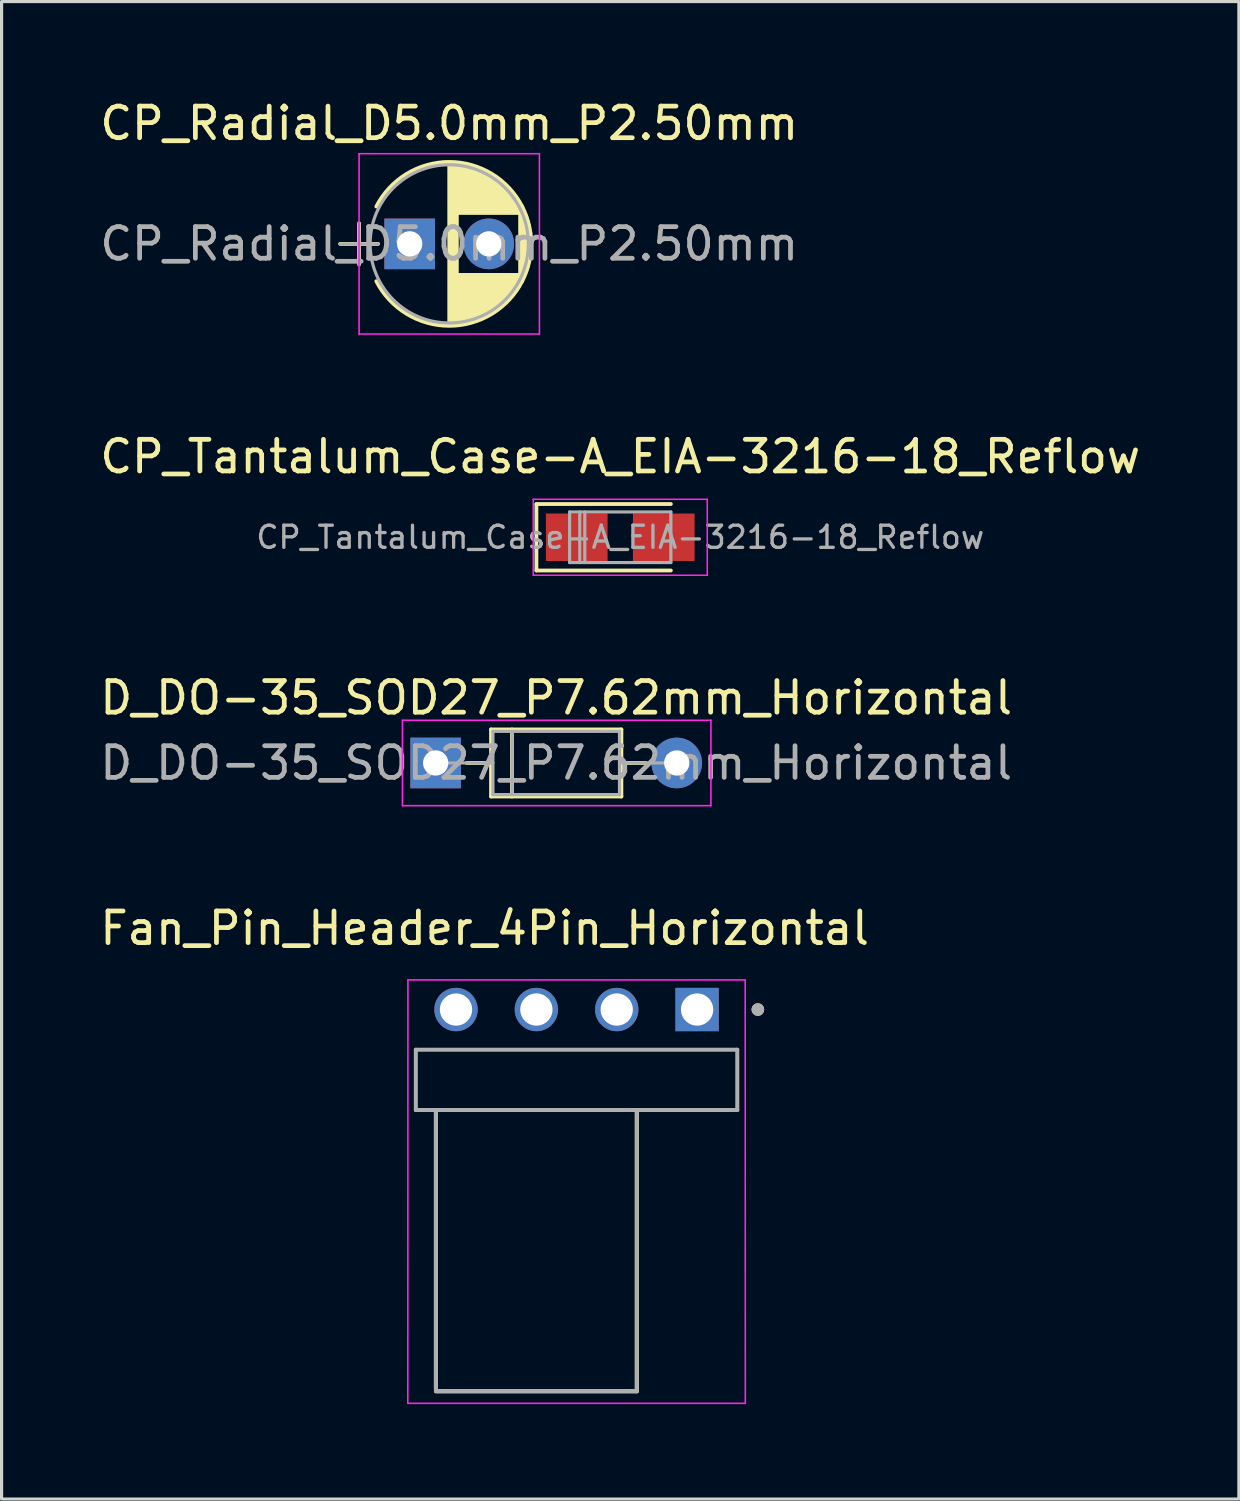
<source format=kicad_pcb>
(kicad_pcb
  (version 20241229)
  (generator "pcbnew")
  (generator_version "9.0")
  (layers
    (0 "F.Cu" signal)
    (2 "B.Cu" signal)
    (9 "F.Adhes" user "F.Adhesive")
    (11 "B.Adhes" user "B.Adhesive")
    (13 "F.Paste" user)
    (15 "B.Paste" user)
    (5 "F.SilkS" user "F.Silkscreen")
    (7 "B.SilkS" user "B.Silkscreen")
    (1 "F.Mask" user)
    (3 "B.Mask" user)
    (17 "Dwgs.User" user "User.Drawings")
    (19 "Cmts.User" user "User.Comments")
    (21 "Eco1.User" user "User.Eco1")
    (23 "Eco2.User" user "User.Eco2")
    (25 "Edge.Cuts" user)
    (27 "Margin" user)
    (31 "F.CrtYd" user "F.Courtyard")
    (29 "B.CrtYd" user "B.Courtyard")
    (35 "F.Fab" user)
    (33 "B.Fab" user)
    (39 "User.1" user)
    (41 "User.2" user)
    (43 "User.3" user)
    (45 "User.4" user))
  (footprint "CP_Tantalum_Case-A_EIA-3216-18_Reflow"
    (layer "F.Cu")
    (at 16.554 13.931)
    (property "Reference" "CP_Tantalum_Case-A_EIA-3216-18_Reflow" (at 0 -2.55 180) (layer "F.SilkS") (effects (font (size 1 1) (thickness 0.15))))
    (attr smd)
    (fp_line (start -2.65 -1.05) (end -2.65 1.05) (stroke (width 0.12) (type solid)) (layer "F.SilkS"))
    (fp_line (start -2.65 -1.05) (end 1.6 -1.05) (stroke (width 0.12) (type solid)) (layer "F.SilkS"))
    (fp_line (start -2.65 1.05) (end 1.6 1.05) (stroke (width 0.12) (type solid)) (layer "F.SilkS"))
    (fp_line (start -2.75 -1.2) (end -2.75 1.2) (stroke (width 0.05) (type solid)) (layer "F.CrtYd"))
    (fp_line (start -2.75 1.2) (end 2.75 1.2) (stroke (width 0.05) (type solid)) (layer "F.CrtYd"))
    (fp_line (start 2.75 -1.2) (end -2.75 -1.2) (stroke (width 0.05) (type solid)) (layer "F.CrtYd"))
    (fp_line (start 2.75 1.2) (end 2.75 -1.2) (stroke (width 0.05) (type solid)) (layer "F.CrtYd"))
    (fp_line (start -1.6 -0.8) (end -1.6 0.8) (stroke (width 0.1) (type solid)) (layer "F.Fab"))
    (fp_line (start -1.6 0.8) (end 1.6 0.8) (stroke (width 0.1) (type solid)) (layer "F.Fab"))
    (fp_line (start -1.28 -0.8) (end -1.28 0.8) (stroke (width 0.1) (type solid)) (layer "F.Fab"))
    (fp_line (start -1.12 -0.8) (end -1.12 0.8) (stroke (width 0.1) (type solid)) (layer "F.Fab"))
    (fp_line (start 1.6 -0.8) (end -1.6 -0.8) (stroke (width 0.1) (type solid)) (layer "F.Fab"))
    (fp_line (start 1.6 0.8) (end 1.6 -0.8) (stroke (width 0.1) (type solid)) (layer "F.Fab"))
    (fp_text user "${REFERENCE}" (at 0 0 180) (layer "F.Fab") (effects (font (size 0.7 0.7) (thickness 0.105))))
    (pad "1" smd rect (at -1.375 0) (size 1.95 1.5) (layers "F.Cu" "F.Mask" "F.Paste"))
    (pad "2" smd rect (at 1.375 0) (size 1.95 1.5) (layers "F.Cu" "F.Mask" "F.Paste")))
  (footprint "Fan_Pin_Header_4Pin_Horizontal"
    (layer "F.Cu")
    (at 18.983 28.858)
    (property "Reference" "Fan_Pin_Header_4Pin_Horizontal" (at -6.715 -2.57 0) (layer "F.SilkS") (effects (font (size 1 1) (thickness 0.15))))
    (attr through_hole)
    (fp_line (start -8.255 11.985) (end -8.255 3.175) (stroke (width 0.127) (type solid)) (layer "F.SilkS"))
    (fp_line (start -1.905 3.255) (end -1.905 12.065) (stroke (width 0.127) (type solid)) (layer "F.SilkS"))
    (fp_line (start -1.905 12.065) (end -8.255 12.065) (stroke (width 0.127) (type solid)) (layer "F.SilkS"))
    (fp_line (start 1.27 3.175) (end -8.89 3.175) (stroke (width 0.127) (type solid)) (layer "F.SilkS"))
    (fp_circle (center 1.92 0) (end 2.02 0) (stroke (width 0.2) (type solid)) (fill no) (layer "F.SilkS"))
    (fp_line (start -9.144 12.446) (end -9.14 -0.935) (stroke (width 0.05) (type solid)) (layer "F.CrtYd"))
    (fp_line (start -9.14 -0.935) (end 1.52 -0.935) (stroke (width 0.05) (type solid)) (layer "F.CrtYd"))
    (fp_line (start 1.52 -0.935) (end 1.524 12.446) (stroke (width 0.05) (type solid)) (layer "F.CrtYd"))
    (fp_line (start 1.52 12.446) (end -9.14 12.446) (stroke (width 0.05) (type solid)) (layer "F.CrtYd"))
    (fp_line (start -8.89 1.27) (end -8.89 3.13) (stroke (width 0.127) (type solid)) (layer "F.Fab"))
    (fp_line (start -8.89 1.27) (end 1.27 1.27) (stroke (width 0.127) (type solid)) (layer "F.Fab"))
    (fp_line (start -8.255 11.985) (end -8.255 3.175) (stroke (width 0.127) (type solid)) (layer "F.Fab"))
    (fp_line (start -8.255 12.065) (end -1.905 12.065) (stroke (width 0.127) (type solid)) (layer "F.Fab"))
    (fp_line (start -1.905 3.175) (end -1.905 11.985) (stroke (width 0.127) (type solid)) (layer "F.Fab"))
    (fp_line (start 1.27 3.13) (end 1.27 1.27) (stroke (width 0.127) (type solid)) (layer "F.Fab"))
    (fp_line (start 1.27 3.175) (end -8.89 3.175) (stroke (width 0.127) (type solid)) (layer "F.Fab"))
    (fp_circle (center 1.92 0) (end 2.02 0) (stroke (width 0.2) (type solid)) (fill no) (layer "F.Fab"))
    (pad "1" thru_hole rect (at 0 0) (size 1.37 1.37) (drill 1.02) (layers "*.Cu" "*.Mask"))
    (pad "2" thru_hole circle (at -2.54 0) (size 1.37 1.37) (drill 1.02) (layers "*.Cu" "*.Mask"))
    (pad "3" thru_hole circle (at -5.08 0) (size 1.37 1.37) (drill 1.02) (layers "*.Cu" "*.Mask"))
    (pad "4" thru_hole circle (at -7.62 0) (size 1.37 1.37) (drill 1.02) (layers "*.Cu" "*.Mask")))
  (footprint "CP_Radial_D5.0mm_P2.50mm"
    (layer "F.Cu")
    (at 9.899 4.658)
    (property "Reference" "CP_Radial_D5.0mm_P2.50mm" (at 1.25 -3.81 0) (layer "F.SilkS") (effects (font (size 1 1) (thickness 0.15))))
    (attr through_hole)
    (fp_line (start -2.2 0) (end -1 0) (stroke (width 0.12) (type solid)) (layer "F.SilkS"))
    (fp_line (start -1.6 -0.65) (end -1.6 0.65) (stroke (width 0.12) (type solid)) (layer "F.SilkS"))
    (fp_line (start 1.25 -2.55) (end 1.25 2.55) (stroke (width 0.12) (type solid)) (layer "F.SilkS"))
    (fp_line (start 1.29 -2.55) (end 1.29 2.55) (stroke (width 0.12) (type solid)) (layer "F.SilkS"))
    (fp_line (start 1.33 -2.549) (end 1.33 2.549) (stroke (width 0.12) (type solid)) (layer "F.SilkS"))
    (fp_line (start 1.37 -2.548) (end 1.37 2.548) (stroke (width 0.12) (type solid)) (layer "F.SilkS"))
    (fp_line (start 1.41 -2.546) (end 1.41 2.546) (stroke (width 0.12) (type solid)) (layer "F.SilkS"))
    (fp_line (start 1.45 -2.543) (end 1.45 2.543) (stroke (width 0.12) (type solid)) (layer "F.SilkS"))
    (fp_line (start 1.49 -2.539) (end 1.49 2.539) (stroke (width 0.12) (type solid)) (layer "F.SilkS"))
    (fp_line (start 1.53 -2.535) (end 1.53 -0.98) (stroke (width 0.12) (type solid)) (layer "F.SilkS"))
    (fp_line (start 1.53 0.98) (end 1.53 2.535) (stroke (width 0.12) (type solid)) (layer "F.SilkS"))
    (fp_line (start 1.57 -2.531) (end 1.57 -0.98) (stroke (width 0.12) (type solid)) (layer "F.SilkS"))
    (fp_line (start 1.57 0.98) (end 1.57 2.531) (stroke (width 0.12) (type solid)) (layer "F.SilkS"))
    (fp_line (start 1.61 -2.525) (end 1.61 -0.98) (stroke (width 0.12) (type solid)) (layer "F.SilkS"))
    (fp_line (start 1.61 0.98) (end 1.61 2.525) (stroke (width 0.12) (type solid)) (layer "F.SilkS"))
    (fp_line (start 1.65 -2.519) (end 1.65 -0.98) (stroke (width 0.12) (type solid)) (layer "F.SilkS"))
    (fp_line (start 1.65 0.98) (end 1.65 2.519) (stroke (width 0.12) (type solid)) (layer "F.SilkS"))
    (fp_line (start 1.69 -2.513) (end 1.69 -0.98) (stroke (width 0.12) (type solid)) (layer "F.SilkS"))
    (fp_line (start 1.69 0.98) (end 1.69 2.513) (stroke (width 0.12) (type solid)) (layer "F.SilkS"))
    (fp_line (start 1.73 -2.506) (end 1.73 -0.98) (stroke (width 0.12) (type solid)) (layer "F.SilkS"))
    (fp_line (start 1.73 0.98) (end 1.73 2.506) (stroke (width 0.12) (type solid)) (layer "F.SilkS"))
    (fp_line (start 1.77 -2.498) (end 1.77 -0.98) (stroke (width 0.12) (type solid)) (layer "F.SilkS"))
    (fp_line (start 1.77 0.98) (end 1.77 2.498) (stroke (width 0.12) (type solid)) (layer "F.SilkS"))
    (fp_line (start 1.81 -2.489) (end 1.81 -0.98) (stroke (width 0.12) (type solid)) (layer "F.SilkS"))
    (fp_line (start 1.81 0.98) (end 1.81 2.489) (stroke (width 0.12) (type solid)) (layer "F.SilkS"))
    (fp_line (start 1.85 -2.48) (end 1.85 -0.98) (stroke (width 0.12) (type solid)) (layer "F.SilkS"))
    (fp_line (start 1.85 0.98) (end 1.85 2.48) (stroke (width 0.12) (type solid)) (layer "F.SilkS"))
    (fp_line (start 1.89 -2.47) (end 1.89 -0.98) (stroke (width 0.12) (type solid)) (layer "F.SilkS"))
    (fp_line (start 1.89 0.98) (end 1.89 2.47) (stroke (width 0.12) (type solid)) (layer "F.SilkS"))
    (fp_line (start 1.93 -2.46) (end 1.93 -0.98) (stroke (width 0.12) (type solid)) (layer "F.SilkS"))
    (fp_line (start 1.93 0.98) (end 1.93 2.46) (stroke (width 0.12) (type solid)) (layer "F.SilkS"))
    (fp_line (start 1.971 -2.448) (end 1.971 -0.98) (stroke (width 0.12) (type solid)) (layer "F.SilkS"))
    (fp_line (start 1.971 0.98) (end 1.971 2.448) (stroke (width 0.12) (type solid)) (layer "F.SilkS"))
    (fp_line (start 2.011 -2.436) (end 2.011 -0.98) (stroke (width 0.12) (type solid)) (layer "F.SilkS"))
    (fp_line (start 2.011 0.98) (end 2.011 2.436) (stroke (width 0.12) (type solid)) (layer "F.SilkS"))
    (fp_line (start 2.051 -2.424) (end 2.051 -0.98) (stroke (width 0.12) (type solid)) (layer "F.SilkS"))
    (fp_line (start 2.051 0.98) (end 2.051 2.424) (stroke (width 0.12) (type solid)) (layer "F.SilkS"))
    (fp_line (start 2.091 -2.41) (end 2.091 -0.98) (stroke (width 0.12) (type solid)) (layer "F.SilkS"))
    (fp_line (start 2.091 0.98) (end 2.091 2.41) (stroke (width 0.12) (type solid)) (layer "F.SilkS"))
    (fp_line (start 2.131 -2.396) (end 2.131 -0.98) (stroke (width 0.12) (type solid)) (layer "F.SilkS"))
    (fp_line (start 2.131 0.98) (end 2.131 2.396) (stroke (width 0.12) (type solid)) (layer "F.SilkS"))
    (fp_line (start 2.171 -2.382) (end 2.171 -0.98) (stroke (width 0.12) (type solid)) (layer "F.SilkS"))
    (fp_line (start 2.171 0.98) (end 2.171 2.382) (stroke (width 0.12) (type solid)) (layer "F.SilkS"))
    (fp_line (start 2.211 -2.366) (end 2.211 -0.98) (stroke (width 0.12) (type solid)) (layer "F.SilkS"))
    (fp_line (start 2.211 0.98) (end 2.211 2.366) (stroke (width 0.12) (type solid)) (layer "F.SilkS"))
    (fp_line (start 2.251 -2.35) (end 2.251 -0.98) (stroke (width 0.12) (type solid)) (layer "F.SilkS"))
    (fp_line (start 2.251 0.98) (end 2.251 2.35) (stroke (width 0.12) (type solid)) (layer "F.SilkS"))
    (fp_line (start 2.291 -2.333) (end 2.291 -0.98) (stroke (width 0.12) (type solid)) (layer "F.SilkS"))
    (fp_line (start 2.291 0.98) (end 2.291 2.333) (stroke (width 0.12) (type solid)) (layer "F.SilkS"))
    (fp_line (start 2.331 -2.315) (end 2.331 -0.98) (stroke (width 0.12) (type solid)) (layer "F.SilkS"))
    (fp_line (start 2.331 0.98) (end 2.331 2.315) (stroke (width 0.12) (type solid)) (layer "F.SilkS"))
    (fp_line (start 2.371 -2.296) (end 2.371 -0.98) (stroke (width 0.12) (type solid)) (layer "F.SilkS"))
    (fp_line (start 2.371 0.98) (end 2.371 2.296) (stroke (width 0.12) (type solid)) (layer "F.SilkS"))
    (fp_line (start 2.411 -2.276) (end 2.411 -0.98) (stroke (width 0.12) (type solid)) (layer "F.SilkS"))
    (fp_line (start 2.411 0.98) (end 2.411 2.276) (stroke (width 0.12) (type solid)) (layer "F.SilkS"))
    (fp_line (start 2.451 -2.256) (end 2.451 -0.98) (stroke (width 0.12) (type solid)) (layer "F.SilkS"))
    (fp_line (start 2.451 0.98) (end 2.451 2.256) (stroke (width 0.12) (type solid)) (layer "F.SilkS"))
    (fp_line (start 2.491 -2.234) (end 2.491 -0.98) (stroke (width 0.12) (type solid)) (layer "F.SilkS"))
    (fp_line (start 2.491 0.98) (end 2.491 2.234) (stroke (width 0.12) (type solid)) (layer "F.SilkS"))
    (fp_line (start 2.531 -2.212) (end 2.531 -0.98) (stroke (width 0.12) (type solid)) (layer "F.SilkS"))
    (fp_line (start 2.531 0.98) (end 2.531 2.212) (stroke (width 0.12) (type solid)) (layer "F.SilkS"))
    (fp_line (start 2.571 -2.189) (end 2.571 -0.98) (stroke (width 0.12) (type solid)) (layer "F.SilkS"))
    (fp_line (start 2.571 0.98) (end 2.571 2.189) (stroke (width 0.12) (type solid)) (layer "F.SilkS"))
    (fp_line (start 2.611 -2.165) (end 2.611 -0.98) (stroke (width 0.12) (type solid)) (layer "F.SilkS"))
    (fp_line (start 2.611 0.98) (end 2.611 2.165) (stroke (width 0.12) (type solid)) (layer "F.SilkS"))
    (fp_line (start 2.651 -2.14) (end 2.651 -0.98) (stroke (width 0.12) (type solid)) (layer "F.SilkS"))
    (fp_line (start 2.651 0.98) (end 2.651 2.14) (stroke (width 0.12) (type solid)) (layer "F.SilkS"))
    (fp_line (start 2.691 -2.113) (end 2.691 -0.98) (stroke (width 0.12) (type solid)) (layer "F.SilkS"))
    (fp_line (start 2.691 0.98) (end 2.691 2.113) (stroke (width 0.12) (type solid)) (layer "F.SilkS"))
    (fp_line (start 2.731 -2.086) (end 2.731 -0.98) (stroke (width 0.12) (type solid)) (layer "F.SilkS"))
    (fp_line (start 2.731 0.98) (end 2.731 2.086) (stroke (width 0.12) (type solid)) (layer "F.SilkS"))
    (fp_line (start 2.771 -2.058) (end 2.771 -0.98) (stroke (width 0.12) (type solid)) (layer "F.SilkS"))
    (fp_line (start 2.771 0.98) (end 2.771 2.058) (stroke (width 0.12) (type solid)) (layer "F.SilkS"))
    (fp_line (start 2.811 -2.028) (end 2.811 -0.98) (stroke (width 0.12) (type solid)) (layer "F.SilkS"))
    (fp_line (start 2.811 0.98) (end 2.811 2.028) (stroke (width 0.12) (type solid)) (layer "F.SilkS"))
    (fp_line (start 2.851 -1.997) (end 2.851 -0.98) (stroke (width 0.12) (type solid)) (layer "F.SilkS"))
    (fp_line (start 2.851 0.98) (end 2.851 1.997) (stroke (width 0.12) (type solid)) (layer "F.SilkS"))
    (fp_line (start 2.891 -1.965) (end 2.891 -0.98) (stroke (width 0.12) (type solid)) (layer "F.SilkS"))
    (fp_line (start 2.891 0.98) (end 2.891 1.965) (stroke (width 0.12) (type solid)) (layer "F.SilkS"))
    (fp_line (start 2.931 -1.932) (end 2.931 -0.98) (stroke (width 0.12) (type solid)) (layer "F.SilkS"))
    (fp_line (start 2.931 0.98) (end 2.931 1.932) (stroke (width 0.12) (type solid)) (layer "F.SilkS"))
    (fp_line (start 2.971 -1.897) (end 2.971 -0.98) (stroke (width 0.12) (type solid)) (layer "F.SilkS"))
    (fp_line (start 2.971 0.98) (end 2.971 1.897) (stroke (width 0.12) (type solid)) (layer "F.SilkS"))
    (fp_line (start 3.011 -1.861) (end 3.011 -0.98) (stroke (width 0.12) (type solid)) (layer "F.SilkS"))
    (fp_line (start 3.011 0.98) (end 3.011 1.861) (stroke (width 0.12) (type solid)) (layer "F.SilkS"))
    (fp_line (start 3.051 -1.823) (end 3.051 -0.98) (stroke (width 0.12) (type solid)) (layer "F.SilkS"))
    (fp_line (start 3.051 0.98) (end 3.051 1.823) (stroke (width 0.12) (type solid)) (layer "F.SilkS"))
    (fp_line (start 3.091 -1.783) (end 3.091 -0.98) (stroke (width 0.12) (type solid)) (layer "F.SilkS"))
    (fp_line (start 3.091 0.98) (end 3.091 1.783) (stroke (width 0.12) (type solid)) (layer "F.SilkS"))
    (fp_line (start 3.131 -1.742) (end 3.131 -0.98) (stroke (width 0.12) (type solid)) (layer "F.SilkS"))
    (fp_line (start 3.131 0.98) (end 3.131 1.742) (stroke (width 0.12) (type solid)) (layer "F.SilkS"))
    (fp_line (start 3.171 -1.699) (end 3.171 -0.98) (stroke (width 0.12) (type solid)) (layer "F.SilkS"))
    (fp_line (start 3.171 0.98) (end 3.171 1.699) (stroke (width 0.12) (type solid)) (layer "F.SilkS"))
    (fp_line (start 3.211 -1.654) (end 3.211 -0.98) (stroke (width 0.12) (type solid)) (layer "F.SilkS"))
    (fp_line (start 3.211 0.98) (end 3.211 1.654) (stroke (width 0.12) (type solid)) (layer "F.SilkS"))
    (fp_line (start 3.251 -1.606) (end 3.251 -0.98) (stroke (width 0.12) (type solid)) (layer "F.SilkS"))
    (fp_line (start 3.251 0.98) (end 3.251 1.606) (stroke (width 0.12) (type solid)) (layer "F.SilkS"))
    (fp_line (start 3.291 -1.556) (end 3.291 -0.98) (stroke (width 0.12) (type solid)) (layer "F.SilkS"))
    (fp_line (start 3.291 0.98) (end 3.291 1.556) (stroke (width 0.12) (type solid)) (layer "F.SilkS"))
    (fp_line (start 3.331 -1.504) (end 3.331 -0.98) (stroke (width 0.12) (type solid)) (layer "F.SilkS"))
    (fp_line (start 3.331 0.98) (end 3.331 1.504) (stroke (width 0.12) (type solid)) (layer "F.SilkS"))
    (fp_line (start 3.371 -1.448) (end 3.371 -0.98) (stroke (width 0.12) (type solid)) (layer "F.SilkS"))
    (fp_line (start 3.371 0.98) (end 3.371 1.448) (stroke (width 0.12) (type solid)) (layer "F.SilkS"))
    (fp_line (start 3.411 -1.39) (end 3.411 -0.98) (stroke (width 0.12) (type solid)) (layer "F.SilkS"))
    (fp_line (start 3.411 0.98) (end 3.411 1.39) (stroke (width 0.12) (type solid)) (layer "F.SilkS"))
    (fp_line (start 3.451 -1.327) (end 3.451 -0.98) (stroke (width 0.12) (type solid)) (layer "F.SilkS"))
    (fp_line (start 3.451 0.98) (end 3.451 1.327) (stroke (width 0.12) (type solid)) (layer "F.SilkS"))
    (fp_line (start 3.491 -1.261) (end 3.491 1.261) (stroke (width 0.12) (type solid)) (layer "F.SilkS"))
    (fp_line (start 3.531 -1.189) (end 3.531 1.189) (stroke (width 0.12) (type solid)) (layer "F.SilkS"))
    (fp_line (start 3.571 -1.112) (end 3.571 1.112) (stroke (width 0.12) (type solid)) (layer "F.SilkS"))
    (fp_line (start 3.611 -1.028) (end 3.611 1.028) (stroke (width 0.12) (type solid)) (layer "F.SilkS"))
    (fp_line (start 3.651 -0.934) (end 3.651 0.934) (stroke (width 0.12) (type solid)) (layer "F.SilkS"))
    (fp_line (start 3.691 -0.829) (end 3.691 0.829) (stroke (width 0.12) (type solid)) (layer "F.SilkS"))
    (fp_line (start 3.731 -0.707) (end 3.731 0.707) (stroke (width 0.12) (type solid)) (layer "F.SilkS"))
    (fp_line (start 3.771 -0.559) (end 3.771 0.559) (stroke (width 0.12) (type solid)) (layer "F.SilkS"))
    (fp_line (start 3.811 -0.354) (end 3.811 0.354) (stroke (width 0.12) (type solid)) (layer "F.SilkS"))
    (fp_arc (start -1.05558 -1.18) (mid 1.250156 -2.59) (end 3.555722 -1.179722) (stroke (width 0.12) (type solid)) (layer "F.SilkS"))
    (fp_arc (start 3.55558 -1.18) (mid 3.84 -0.000156) (end 3.555722 1.179722) (stroke (width 0.12) (type solid)) (layer "F.SilkS"))
    (fp_arc (start 3.555722 1.179722) (mid 1.250156 2.59) (end -1.05558 1.18) (stroke (width 0.12) (type solid)) (layer "F.SilkS"))
    (fp_line (start -1.6 -2.85) (end -1.6 2.85) (stroke (width 0.05) (type solid)) (layer "F.CrtYd"))
    (fp_line (start -1.6 2.85) (end 4.1 2.85) (stroke (width 0.05) (type solid)) (layer "F.CrtYd"))
    (fp_line (start 4.1 -2.85) (end -1.6 -2.85) (stroke (width 0.05) (type solid)) (layer "F.CrtYd"))
    (fp_line (start 4.1 2.85) (end 4.1 -2.85) (stroke (width 0.05) (type solid)) (layer "F.CrtYd"))
    (fp_line (start -2.2 0) (end -1 0) (stroke (width 0.1) (type solid)) (layer "F.Fab"))
    (fp_line (start -1.6 -0.65) (end -1.6 0.65) (stroke (width 0.1) (type solid)) (layer "F.Fab"))
    (fp_circle (center 1.25 0) (end 3.75 0) (stroke (width 0.1) (type solid)) (fill no) (layer "F.Fab"))
    (fp_text user "${REFERENCE}" (at 1.25 0 0) (layer "F.Fab") (effects (font (size 1 1) (thickness 0.15))))
    (pad "1" thru_hole rect (at 0 0) (size 1.6 1.6) (drill 0.8) (layers "*.Cu" "*.Mask"))
    (pad "2" thru_hole circle (at 2.5 0) (size 1.6 1.6) (drill 0.8) (layers "*.Cu" "*.Mask")))
  (footprint "D_DO-35_SOD27_P7.62mm_Horizontal"
    (layer "F.Cu")
    (at 10.72 21.065)
    (property "Reference" "D_DO-35_SOD27_P7.62mm_Horizontal" (at 3.81 -2.06 0) (layer "F.SilkS") (effects (font (size 1 1) (thickness 0.15))))
    (attr through_hole)
    (fp_line (start 0.98 0) (end 1.75 0) (stroke (width 0.12) (type solid)) (layer "F.SilkS"))
    (fp_line (start 1.75 -1.06) (end 1.75 1.06) (stroke (width 0.12) (type solid)) (layer "F.SilkS"))
    (fp_line (start 1.75 1.06) (end 5.87 1.06) (stroke (width 0.12) (type solid)) (layer "F.SilkS"))
    (fp_line (start 2.41 -1.06) (end 2.41 1.06) (stroke (width 0.12) (type solid)) (layer "F.SilkS"))
    (fp_line (start 5.87 -1.06) (end 1.75 -1.06) (stroke (width 0.12) (type solid)) (layer "F.SilkS"))
    (fp_line (start 5.87 1.06) (end 5.87 -1.06) (stroke (width 0.12) (type solid)) (layer "F.SilkS"))
    (fp_line (start 6.64 0) (end 5.87 0) (stroke (width 0.12) (type solid)) (layer "F.SilkS"))
    (fp_line (start -1.05 -1.35) (end -1.05 1.35) (stroke (width 0.05) (type solid)) (layer "F.CrtYd"))
    (fp_line (start -1.05 1.35) (end 8.7 1.35) (stroke (width 0.05) (type solid)) (layer "F.CrtYd"))
    (fp_line (start 8.7 -1.35) (end -1.05 -1.35) (stroke (width 0.05) (type solid)) (layer "F.CrtYd"))
    (fp_line (start 8.7 1.35) (end 8.7 -1.35) (stroke (width 0.05) (type solid)) (layer "F.CrtYd"))
    (fp_line (start 0 0) (end 1.81 0) (stroke (width 0.1) (type solid)) (layer "F.Fab"))
    (fp_line (start 1.81 -1) (end 1.81 1) (stroke (width 0.1) (type solid)) (layer "F.Fab"))
    (fp_line (start 1.81 1) (end 5.81 1) (stroke (width 0.1) (type solid)) (layer "F.Fab"))
    (fp_line (start 2.41 -1) (end 2.41 1) (stroke (width 0.1) (type solid)) (layer "F.Fab"))
    (fp_line (start 5.81 -1) (end 1.81 -1) (stroke (width 0.1) (type solid)) (layer "F.Fab"))
    (fp_line (start 5.81 1) (end 5.81 -1) (stroke (width 0.1) (type solid)) (layer "F.Fab"))
    (fp_line (start 7.62 0) (end 5.81 0) (stroke (width 0.1) (type solid)) (layer "F.Fab"))
    (fp_text user "${REFERENCE}" (at 3.81 0 0) (layer "F.Fab") (effects (font (size 1 1) (thickness 0.15))))
    (pad "1" thru_hole rect (at 0 0) (size 1.6 1.6) (drill 0.8) (layers "*.Cu" "*.Mask"))
    (pad "2" thru_hole oval (at 7.62 0) (size 1.6 1.6) (drill 0.8) (layers "*.Cu" "*.Mask")))
  (gr_rect
    (start -3 -3)
    (end 36.107 44.329)
    (stroke (width 0.1) (type default))
    (fill no)
    (layer "Edge.Cuts")))
</source>
